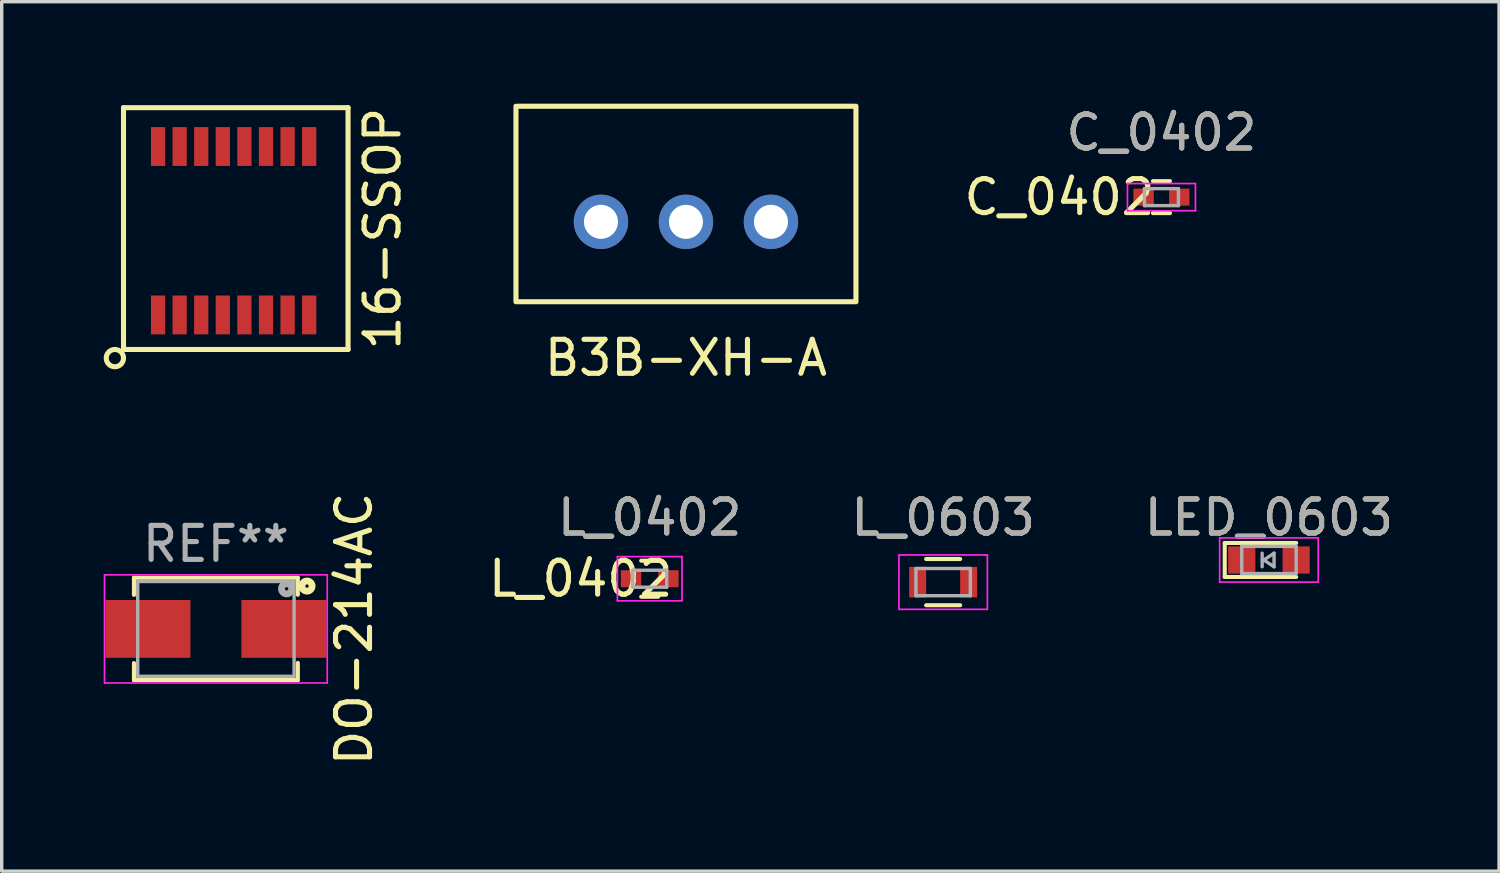
<source format=kicad_pcb>
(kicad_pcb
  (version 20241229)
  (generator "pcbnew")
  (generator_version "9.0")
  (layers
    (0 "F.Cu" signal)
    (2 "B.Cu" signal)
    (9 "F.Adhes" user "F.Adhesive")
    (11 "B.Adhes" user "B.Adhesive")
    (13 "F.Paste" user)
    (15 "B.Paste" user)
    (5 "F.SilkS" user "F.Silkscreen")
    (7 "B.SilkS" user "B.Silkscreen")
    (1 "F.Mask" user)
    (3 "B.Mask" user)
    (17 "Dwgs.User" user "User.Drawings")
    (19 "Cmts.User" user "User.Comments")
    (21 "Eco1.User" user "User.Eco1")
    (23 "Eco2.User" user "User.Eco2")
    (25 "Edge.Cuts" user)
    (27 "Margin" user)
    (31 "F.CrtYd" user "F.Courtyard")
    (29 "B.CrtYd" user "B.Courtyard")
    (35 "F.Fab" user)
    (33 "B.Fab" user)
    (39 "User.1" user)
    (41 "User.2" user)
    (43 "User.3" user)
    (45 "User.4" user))
  (footprint "LED_0603"
    (layer "F.Cu")
    (at 34.274 13.421)
    (property "Reference" "LED_0603" (at 0 -1.25 0) (layer "F.SilkS") (effects (font (size 1 1) (thickness 0.15))))
    (attr smd)
    (fp_line (start -1.3 -0.5) (end -1.3 0.5) (stroke (width 0.12) (type solid)) (layer "F.SilkS"))
    (fp_line (start -1.3 -0.5) (end 0.8 -0.5) (stroke (width 0.12) (type solid)) (layer "F.SilkS"))
    (fp_line (start -1.3 0.5) (end 0.8 0.5) (stroke (width 0.12) (type solid)) (layer "F.SilkS"))
    (fp_line (start -1.45 -0.65) (end 1.45 -0.65) (stroke (width 0.05) (type solid)) (layer "F.CrtYd"))
    (fp_line (start -1.45 0.65) (end -1.45 -0.65) (stroke (width 0.05) (type solid)) (layer "F.CrtYd"))
    (fp_line (start 1.45 -0.65) (end 1.45 0.65) (stroke (width 0.05) (type solid)) (layer "F.CrtYd"))
    (fp_line (start 1.45 0.65) (end -1.45 0.65) (stroke (width 0.05) (type solid)) (layer "F.CrtYd"))
    (fp_line (start -0.8 -0.4) (end 0.8 -0.4) (stroke (width 0.1) (type solid)) (layer "F.Fab"))
    (fp_line (start -0.8 0.4) (end -0.8 -0.4) (stroke (width 0.1) (type solid)) (layer "F.Fab"))
    (fp_line (start -0.2 -0.2) (end -0.2 0.2) (stroke (width 0.1) (type solid)) (layer "F.Fab"))
    (fp_line (start -0.15 0) (end 0.15 -0.2) (stroke (width 0.1) (type solid)) (layer "F.Fab"))
    (fp_line (start 0.15 -0.2) (end 0.15 0.2) (stroke (width 0.1) (type solid)) (layer "F.Fab"))
    (fp_line (start 0.15 0.2) (end -0.15 0) (stroke (width 0.1) (type solid)) (layer "F.Fab"))
    (fp_line (start 0.8 -0.4) (end 0.8 0.4) (stroke (width 0.1) (type solid)) (layer "F.Fab"))
    (fp_line (start 0.8 0.4) (end -0.8 0.4) (stroke (width 0.1) (type solid)) (layer "F.Fab"))
    (fp_text user "${REFERENCE}" (at 0 -1.25 0) (layer "F.Fab") (effects (font (size 1 1) (thickness 0.15))))
    (pad "1" smd rect (at -0.8 0 180) (size 0.8 0.8) (layers "F.Cu" "F.Mask" "F.Paste"))
    (pad "2" smd rect (at 0.8 0 180) (size 0.8 0.8) (layers "F.Cu" "F.Mask" "F.Paste")))
  (footprint "C_0402"
    (layer "F.Cu")
    (at 31.112 2.748)
    (property "Reference" "C_0402" (at 0 -1.9 0) (layer "F.SilkS") (effects (font (size 1 1) (thickness 0.15))))
    (attr smd)
    (fp_line (start -0.25 0.47) (end 0.25 0.47) (stroke (width 0.12) (type solid)) (layer "F.SilkS"))
    (fp_line (start 0.25 -0.47) (end -0.25 -0.47) (stroke (width 0.12) (type solid)) (layer "F.SilkS"))
    (fp_line (start -1 -0.4) (end -1 0.4) (stroke (width 0.05) (type solid)) (layer "F.CrtYd"))
    (fp_line (start -1 -0.4) (end 1 -0.4) (stroke (width 0.05) (type solid)) (layer "F.CrtYd"))
    (fp_line (start 1 0.4) (end -1 0.4) (stroke (width 0.05) (type solid)) (layer "F.CrtYd"))
    (fp_line (start 1 0.4) (end 1 -0.4) (stroke (width 0.05) (type solid)) (layer "F.CrtYd"))
    (fp_line (start -0.5 -0.25) (end 0.5 -0.25) (stroke (width 0.1) (type solid)) (layer "F.Fab"))
    (fp_line (start -0.5 0.25) (end -0.5 -0.25) (stroke (width 0.1) (type solid)) (layer "F.Fab"))
    (fp_line (start 0.5 -0.25) (end 0.5 0.25) (stroke (width 0.1) (type solid)) (layer "F.Fab"))
    (fp_line (start 0.5 0.25) (end -0.5 0.25) (stroke (width 0.1) (type solid)) (layer "F.Fab"))
    (fp_text user "${REFERENCE}" (at -3 0 0) (layer "F.SilkS") (effects (font (size 1 1) (thickness 0.15))))
    (fp_text user "${REFERENCE}" (at 0 -1.9 0) (layer "F.Fab") (effects (font (size 1 1) (thickness 0.15))))
    (pad "1" smd rect (at -0.525 0) (size 0.6 0.5) (layers "F.Cu" "F.Mask" "F.Paste"))
    (pad "2" smd rect (at 0.525 0) (size 0.6 0.5) (layers "F.Cu" "F.Mask" "F.Paste")))
  (footprint "16-SSOP"
    (layer "F.Cu")
    (at 1.599 6.213)
    (property "Reference" "16-SSOP" (at 6.604 -2.54 90) (layer "F.SilkS") (effects (font (size 1 1) (thickness 0.15))))
    (attr through_hole)
    (fp_line (start -1.016 -6.096) (end 5.588 -6.096) (stroke (width 0.15) (type solid)) (layer "F.SilkS"))
    (fp_line (start -1.016 1.016) (end -1.016 -6.096) (stroke (width 0.15) (type solid)) (layer "F.SilkS"))
    (fp_line (start 5.588 -6.096) (end 5.588 1.016) (stroke (width 0.15) (type solid)) (layer "F.SilkS"))
    (fp_line (start 5.588 1.016) (end -1.016 1.016) (stroke (width 0.15) (type solid)) (layer "F.SilkS"))
    (fp_circle (center -1.27 1.27) (end -1.27 1.524) (stroke (width 0.15) (type solid)) (fill no) (layer "F.SilkS"))
    (pad "1" smd rect (at 0 0) (size 0.419 1.143) (layers "F.Cu" "F.Mask" "F.Paste"))
    (pad "2" smd rect (at 0.635 0) (size 0.419 1.143) (layers "F.Cu" "F.Mask" "F.Paste"))
    (pad "3" smd rect (at 1.27 0) (size 0.419 1.143) (layers "F.Cu" "F.Mask" "F.Paste"))
    (pad "4" smd rect (at 1.905 0) (size 0.419 1.143) (layers "F.Cu" "F.Mask" "F.Paste"))
    (pad "5" smd rect (at 2.54 0) (size 0.419 1.143) (layers "F.Cu" "F.Mask" "F.Paste"))
    (pad "6" smd rect (at 3.175 0) (size 0.419 1.143) (layers "F.Cu" "F.Mask" "F.Paste"))
    (pad "7" smd rect (at 3.81 0) (size 0.419 1.143) (layers "F.Cu" "F.Mask" "F.Paste"))
    (pad "8" smd rect (at 4.445 0) (size 0.419 1.143) (layers "F.Cu" "F.Mask" "F.Paste"))
    (pad "9" smd rect (at 4.445 -4.953) (size 0.419 1.143) (layers "F.Cu" "F.Mask" "F.Paste"))
    (pad "10" smd rect (at 3.81 -4.953) (size 0.419 1.143) (layers "F.Cu" "F.Mask" "F.Paste"))
    (pad "11" smd rect (at 3.175 -4.953) (size 0.419 1.143) (layers "F.Cu" "F.Mask" "F.Paste"))
    (pad "12" smd rect (at 2.54 -4.953) (size 0.419 1.143) (layers "F.Cu" "F.Mask" "F.Paste"))
    (pad "13" smd rect (at 1.905 -4.953) (size 0.419 1.143) (layers "F.Cu" "F.Mask" "F.Paste"))
    (pad "14" smd rect (at 1.27 -4.953) (size 0.419 1.143) (layers "F.Cu" "F.Mask" "F.Paste"))
    (pad "15" smd rect (at 0.635 -4.953) (size 0.419 1.143) (layers "F.Cu" "F.Mask" "F.Paste"))
    (pad "16" smd rect (at 0 -4.953) (size 0.419 1.143) (layers "F.Cu" "F.Mask" "F.Paste")))
  (footprint "DO-214AC"
    (layer "F.Cu")
    (at 3.3 15.448)
    (property "Reference" "DO-214AC" (at 4.064 0 90) (layer "F.SilkS") (effects (font (size 1 1) (thickness 0.15))))
    (attr through_hole)
    (fp_line (start -2.41 -1.505) (end 2.41 -1.505) (stroke (width 0.12) (type solid)) (layer "F.SilkS"))
    (fp_line (start -2.41 -1) (end -2.41 -1.505) (stroke (width 0.12) (type solid)) (layer "F.SilkS"))
    (fp_line (start -2.41 1.505) (end -2.41 1.005) (stroke (width 0.12) (type solid)) (layer "F.SilkS"))
    (fp_line (start 2.41 -1.505) (end 2.41 -1.005) (stroke (width 0.12) (type solid)) (layer "F.SilkS"))
    (fp_line (start 2.41 1) (end 2.41 1.505) (stroke (width 0.12) (type solid)) (layer "F.SilkS"))
    (fp_line (start 2.41 1.505) (end -2.41 1.505) (stroke (width 0.12) (type solid)) (layer "F.SilkS"))
    (fp_circle (center 2.68 -1.26) (end 2.73 -1.26) (stroke (width 0.2) (type solid)) (fill no) (layer "F.SilkS"))
    (fp_line (start -3.275 -1.59) (end -3.275 1.59) (stroke (width 0.05) (type solid)) (layer "F.CrtYd"))
    (fp_line (start -3.275 1.59) (end 3.275 1.59) (stroke (width 0.05) (type solid)) (layer "F.CrtYd"))
    (fp_line (start 3.275 -1.59) (end -3.275 -1.59) (stroke (width 0.05) (type solid)) (layer "F.CrtYd"))
    (fp_line (start 3.275 1.59) (end 3.275 -1.59) (stroke (width 0.05) (type solid)) (layer "F.CrtYd"))
    (fp_line (start -2.3 -1.395) (end 2.3 -1.395) (stroke (width 0.1) (type solid)) (layer "F.Fab"))
    (fp_line (start -2.3 1.395) (end -2.3 -1.395) (stroke (width 0.1) (type solid)) (layer "F.Fab"))
    (fp_line (start 2.3 -1.395) (end 2.3 1.395) (stroke (width 0.1) (type solid)) (layer "F.Fab"))
    (fp_line (start 2.3 1.395) (end -2.3 1.395) (stroke (width 0.1) (type solid)) (layer "F.Fab"))
    (fp_circle (center 2.08 -1.18) (end 2.13 -1.18) (stroke (width 0.2) (type solid)) (fill no) (layer "F.Fab"))
    (fp_text user "REF**" (at 0 -2.5 0) (layer "F.Fab") (effects (font (size 1 1) (thickness 0.15))))
    (pad "1" smd rect (at -2 0) (size 2.5 1.7) (layers "F.Cu" "F.Mask" "F.Paste"))
    (pad "2" smd rect (at 2 0) (size 2.5 1.7) (layers "F.Cu" "F.Mask" "F.Paste")))
  (footprint "L_0603"
    (layer "F.Cu")
    (at 24.691 14.072)
    (property "Reference" "L_0603" (at 0 -1.9 0) (layer "F.SilkS") (effects (font (size 1 1) (thickness 0.15))))
    (attr smd)
    (fp_line (start -0.5 -0.68) (end 0.5 -0.68) (stroke (width 0.12) (type solid)) (layer "F.SilkS"))
    (fp_line (start 0.5 0.68) (end -0.5 0.68) (stroke (width 0.12) (type solid)) (layer "F.SilkS"))
    (fp_line (start -1.3 -0.8) (end -1.3 0.8) (stroke (width 0.05) (type solid)) (layer "F.CrtYd"))
    (fp_line (start -1.3 -0.8) (end 1.3 -0.8) (stroke (width 0.05) (type solid)) (layer "F.CrtYd"))
    (fp_line (start -1.3 0.8) (end 1.3 0.8) (stroke (width 0.05) (type solid)) (layer "F.CrtYd"))
    (fp_line (start 1.3 -0.8) (end 1.3 0.8) (stroke (width 0.05) (type solid)) (layer "F.CrtYd"))
    (fp_line (start -0.8 -0.4) (end 0.8 -0.4) (stroke (width 0.1) (type solid)) (layer "F.Fab"))
    (fp_line (start -0.8 0.4) (end -0.8 -0.4) (stroke (width 0.1) (type solid)) (layer "F.Fab"))
    (fp_line (start 0.8 -0.4) (end 0.8 0.4) (stroke (width 0.1) (type solid)) (layer "F.Fab"))
    (fp_line (start 0.8 0.4) (end -0.8 0.4) (stroke (width 0.1) (type solid)) (layer "F.Fab"))
    (fp_text user "${REFERENCE}" (at 0 -1.9 0) (layer "F.Fab") (effects (font (size 1 1) (thickness 0.15))))
    (pad "1" smd rect (at -0.75 0) (size 0.5 0.9) (layers "F.Cu" "F.Mask" "F.Paste"))
    (pad "2" smd rect (at 0.75 0) (size 0.5 0.9) (layers "F.Cu" "F.Mask" "F.Paste")))
  (footprint "B3B-XH-A"
    (layer "F.Cu")
    (at 17.126 3.475)
    (property "Reference" "B3B-XH-A" (at 0 4 0) (layer "F.SilkS") (effects (font (size 1 1) (thickness 0.15))))
    (attr through_hole)
    (fp_line (start -5 -3.4) (end -5 2.35) (stroke (width 0.15) (type solid)) (layer "F.SilkS"))
    (fp_line (start -4.95 -3.4) (end 4.95 -3.4) (stroke (width 0.15) (type solid)) (layer "F.SilkS"))
    (fp_line (start -4.95 2.35) (end 4.95 2.35) (stroke (width 0.15) (type solid)) (layer "F.SilkS"))
    (fp_line (start 5 -3.4) (end 5 2.35) (stroke (width 0.15) (type solid)) (layer "F.SilkS"))
    (pad "1" thru_hole circle (at 0 0) (size 1.6 1.6) (drill 1) (layers "*.Cu" "*.Mask"))
    (pad "2" thru_hole circle (at -2.5 0) (size 1.6 1.6) (drill 1) (layers "*.Cu" "*.Mask"))
    (pad "3" thru_hole circle (at 2.5 0) (size 1.6 1.6) (drill 1) (layers "*.Cu" "*.Mask")))
  (footprint "L_0402"
    (layer "F.Cu")
    (at 16.06 13.972)
    (property "Reference" "L_0402" (at 0 -1.8 0) (layer "F.SilkS") (effects (font (size 1 1) (thickness 0.15))))
    (attr smd)
    (fp_line (start -0.25 0.53) (end 0.25 0.53) (stroke (width 0.12) (type solid)) (layer "F.SilkS"))
    (fp_line (start 0.25 -0.53) (end -0.25 -0.53) (stroke (width 0.12) (type solid)) (layer "F.SilkS"))
    (fp_line (start -0.95 -0.65) (end -0.95 0.65) (stroke (width 0.05) (type solid)) (layer "F.CrtYd"))
    (fp_line (start -0.95 -0.65) (end 0.95 -0.65) (stroke (width 0.05) (type solid)) (layer "F.CrtYd"))
    (fp_line (start -0.95 0.65) (end 0.95 0.65) (stroke (width 0.05) (type solid)) (layer "F.CrtYd"))
    (fp_line (start 0.95 -0.65) (end 0.95 0.65) (stroke (width 0.05) (type solid)) (layer "F.CrtYd"))
    (fp_line (start -0.5 -0.25) (end 0.5 -0.25) (stroke (width 0.1) (type solid)) (layer "F.Fab"))
    (fp_line (start -0.5 0.25) (end -0.5 -0.25) (stroke (width 0.1) (type solid)) (layer "F.Fab"))
    (fp_line (start 0.5 -0.25) (end 0.5 0.25) (stroke (width 0.1) (type solid)) (layer "F.Fab"))
    (fp_line (start 0.5 0.25) (end -0.5 0.25) (stroke (width 0.1) (type solid)) (layer "F.Fab"))
    (fp_text user "${REFERENCE}" (at -2.032 0 0) (layer "F.SilkS") (effects (font (size 1 1) (thickness 0.15))))
    (fp_text user "${REFERENCE}" (at 0 -1.8 0) (layer "F.Fab") (effects (font (size 1 1) (thickness 0.15))))
    (pad "1" smd rect (at -0.55 0) (size 0.6 0.5) (layers "F.Cu" "F.Mask" "F.Paste"))
    (pad "2" smd rect (at 0.55 0) (size 0.6 0.5) (layers "F.Cu" "F.Mask" "F.Paste")))
  (gr_rect
    (start -3 -3)
    (end 41.042 22.573)
    (stroke (width 0.1) (type default))
    (fill no)
    (layer "Edge.Cuts")))
</source>
